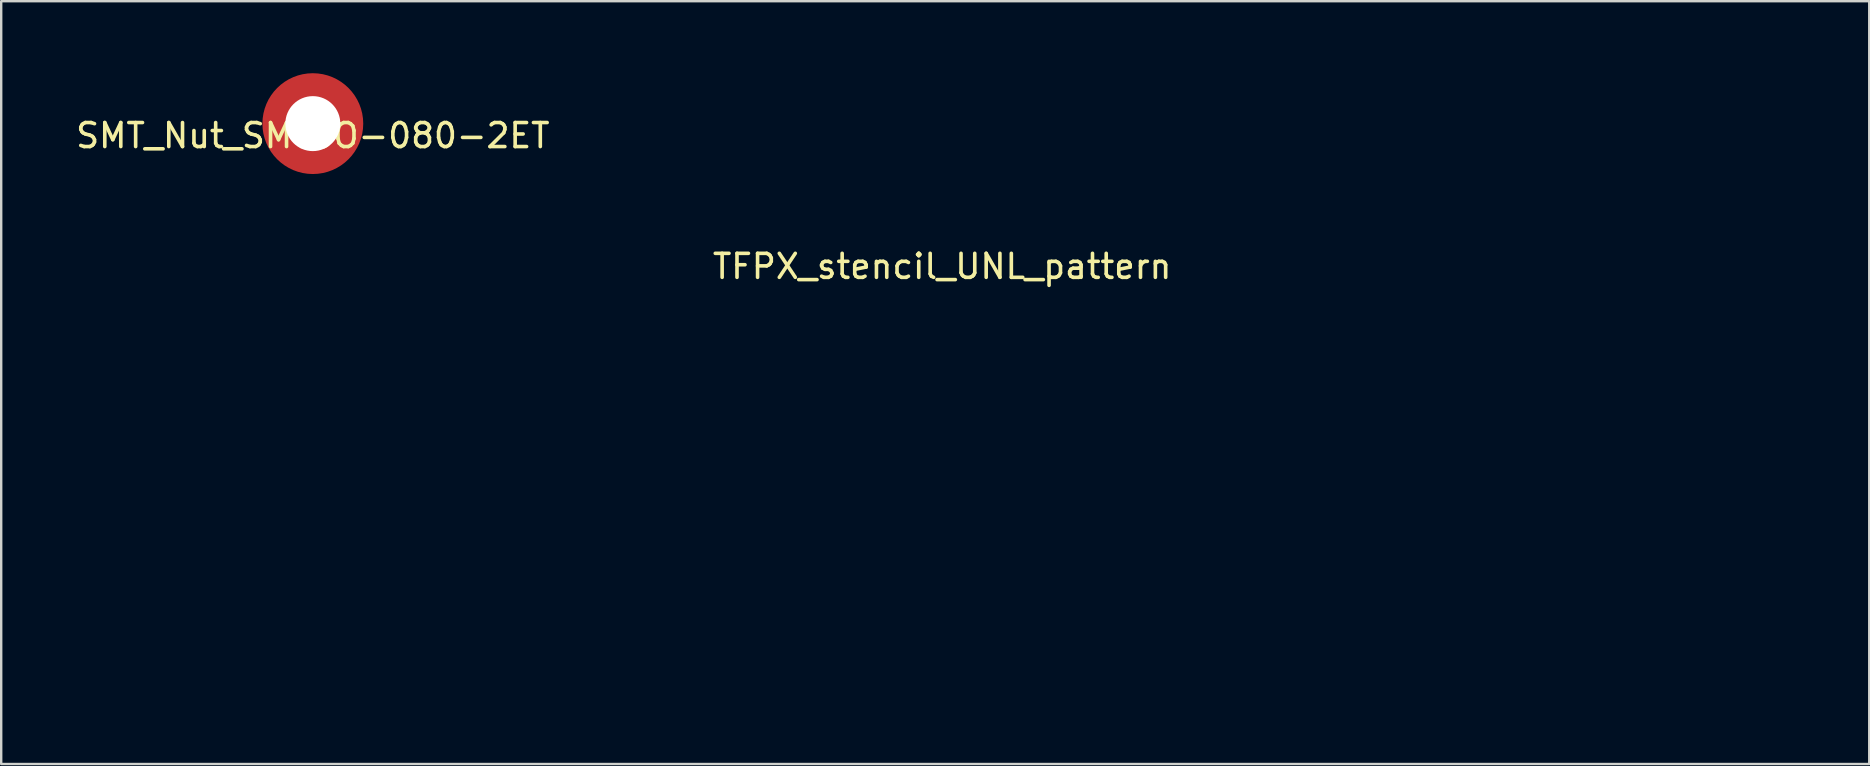
<source format=kicad_pcb>
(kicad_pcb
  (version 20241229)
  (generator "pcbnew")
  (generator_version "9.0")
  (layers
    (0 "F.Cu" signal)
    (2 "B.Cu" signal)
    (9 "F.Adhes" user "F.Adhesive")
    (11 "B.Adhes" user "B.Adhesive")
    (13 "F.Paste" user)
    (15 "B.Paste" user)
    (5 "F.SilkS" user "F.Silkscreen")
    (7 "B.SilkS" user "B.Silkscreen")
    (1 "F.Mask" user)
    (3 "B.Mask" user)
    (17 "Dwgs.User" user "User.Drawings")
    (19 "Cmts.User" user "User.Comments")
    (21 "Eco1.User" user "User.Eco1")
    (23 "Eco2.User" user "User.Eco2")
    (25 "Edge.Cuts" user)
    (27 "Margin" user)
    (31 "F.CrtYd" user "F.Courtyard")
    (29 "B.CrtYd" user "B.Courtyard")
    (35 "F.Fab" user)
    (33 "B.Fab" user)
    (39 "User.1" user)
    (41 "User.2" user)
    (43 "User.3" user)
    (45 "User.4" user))
  (footprint "SMT_Nut_SMTSO-080-2ET"
    (layer "F.Cu")
    (at 9.982 2.1)
    (property "Reference" "SMT_Nut_SMTSO-080-2ET" (at 0 0.5 0) (layer "F.SilkS") (effects (font (size 1 1) (thickness 0.15))))
    (attr through_hole)
    (pad "" np_thru_hole circle (at 0 0) (size 4.2 4.2) (drill 2.29) (layers "F.Cu" "F.Mask")))
  (footprint "TFPX_stencil_UNL_pattern"
    (layer "F.Cu")
    (at 14.45 9.708)
    (property "Reference" "TFPX_stencil_UNL_pattern" (at 21.75 -1.66 0) (layer "F.SilkS") (effects (font (size 1 1) (thickness 0.15))))
    (attr through_hole)
    (pad "" smd circle (at -11.29 7.91) (size 6.32 6.32) (layers "F.Paste"))
    (pad "" smd rect (at 0 0) (size 1 0.5) (layers "F.Paste"))
    (pad "" smd rect (at 0 1.5) (size 1 0.5) (layers "F.Paste"))
    (pad "" smd rect (at 0 3) (size 1 0.5) (layers "F.Paste"))
    (pad "" smd rect (at 0 4.5) (size 1 0.5) (layers "F.Paste"))
    (pad "" smd rect (at 0 6) (size 1 0.5) (layers "F.Paste"))
    (pad "" smd rect (at 0 7.5) (size 1 0.5) (layers "F.Paste"))
    (pad "" smd rect (at 0 9) (size 1 0.5) (layers "F.Paste"))
    (pad "" smd rect (at 0 10.5) (size 1 0.5) (layers "F.Paste"))
    (pad "" smd rect (at 0 12) (size 1 0.5) (layers "F.Paste"))
    (pad "" smd rect (at 0 13.5) (size 1 0.5) (layers "F.Paste"))
    (pad "" smd rect (at 2 0) (size 1 0.5) (layers "F.Paste"))
    (pad "" smd rect (at 2 1.5) (size 1 0.5) (layers "F.Paste"))
    (pad "" smd rect (at 2 3) (size 1 0.5) (layers "F.Paste"))
    (pad "" smd rect (at 2 4.5) (size 1 0.5) (layers "F.Paste"))
    (pad "" smd rect (at 2 6) (size 1 0.5) (layers "F.Paste"))
    (pad "" smd rect (at 2 7.5) (size 1 0.5) (layers "F.Paste"))
    (pad "" smd rect (at 2 9) (size 1 0.5) (layers "F.Paste"))
    (pad "" smd rect (at 2 10.5) (size 1 0.5) (layers "F.Paste"))
    (pad "" smd rect (at 2 12) (size 1 0.5) (layers "F.Paste"))
    (pad "" smd rect (at 2 13.5) (size 1 0.5) (layers "F.Paste"))
    (pad "" smd rect (at 4 0) (size 1 0.5) (layers "F.Paste"))
    (pad "" smd rect (at 4 1.5) (size 1 0.5) (layers "F.Paste"))
    (pad "" smd rect (at 4 3) (size 1 0.5) (layers "F.Paste"))
    (pad "" smd rect (at 4 4.5) (size 1 0.5) (layers "F.Paste"))
    (pad "" smd rect (at 4 6) (size 1 0.5) (layers "F.Paste"))
    (pad "" smd rect (at 4 7.5) (size 1 0.5) (layers "F.Paste"))
    (pad "" smd rect (at 4 9) (size 1 0.5) (layers "F.Paste"))
    (pad "" smd rect (at 4 10.5) (size 1 0.5) (layers "F.Paste"))
    (pad "" smd rect (at 4 12) (size 1 0.5) (layers "F.Paste"))
    (pad "" smd rect (at 4 13.5) (size 1 0.5) (layers "F.Paste"))
    (pad "" smd rect (at 6 0) (size 1 0.5) (layers "F.Paste"))
    (pad "" smd rect (at 6 1.5) (size 1 0.5) (layers "F.Paste"))
    (pad "" smd rect (at 6 3) (size 1 0.5) (layers "F.Paste"))
    (pad "" smd rect (at 6 4.5) (size 1 0.5) (layers "F.Paste"))
    (pad "" smd rect (at 6 6) (size 1 0.5) (layers "F.Paste"))
    (pad "" smd rect (at 6 7.5) (size 1 0.5) (layers "F.Paste"))
    (pad "" smd rect (at 6 9) (size 1 0.5) (layers "F.Paste"))
    (pad "" smd rect (at 6 10.5) (size 1 0.5) (layers "F.Paste"))
    (pad "" smd rect (at 6 12) (size 1 0.5) (layers "F.Paste"))
    (pad "" smd rect (at 6 13.5) (size 1 0.5) (layers "F.Paste"))
    (pad "" smd rect (at 8 0) (size 1 0.5) (layers "F.Paste"))
    (pad "" smd rect (at 8 1.5) (size 1 0.5) (layers "F.Paste"))
    (pad "" smd rect (at 8 3) (size 1 0.5) (layers "F.Paste"))
    (pad "" smd rect (at 8 4.5) (size 1 0.5) (layers "F.Paste"))
    (pad "" smd rect (at 8 6) (size 1 0.5) (layers "F.Paste"))
    (pad "" smd rect (at 8 7.5) (size 1 0.5) (layers "F.Paste"))
    (pad "" smd rect (at 8 9) (size 1 0.5) (layers "F.Paste"))
    (pad "" smd rect (at 8 10.5) (size 1 0.5) (layers "F.Paste"))
    (pad "" smd rect (at 8 12) (size 1 0.5) (layers "F.Paste"))
    (pad "" smd rect (at 8 13.5) (size 1 0.5) (layers "F.Paste"))
    (pad "" smd rect (at 10 0) (size 1 0.5) (layers "F.Paste"))
    (pad "" smd rect (at 10 1.5) (size 1 0.5) (layers "F.Paste"))
    (pad "" smd rect (at 10 3) (size 1 0.5) (layers "F.Paste"))
    (pad "" smd rect (at 10 4.5) (size 1 0.5) (layers "F.Paste"))
    (pad "" smd rect (at 10 6) (size 1 0.5) (layers "F.Paste"))
    (pad "" smd rect (at 10 7.5) (size 1 0.5) (layers "F.Paste"))
    (pad "" smd rect (at 10 9) (size 1 0.5) (layers "F.Paste"))
    (pad "" smd rect (at 10 10.5) (size 1 0.5) (layers "F.Paste"))
    (pad "" smd rect (at 10 12) (size 1 0.5) (layers "F.Paste"))
    (pad "" smd rect (at 10 13.5) (size 1 0.5) (layers "F.Paste"))
    (pad "" smd rect (at 12 0) (size 1 0.5) (layers "F.Paste"))
    (pad "" smd rect (at 12 1.5) (size 1 0.5) (layers "F.Paste"))
    (pad "" smd rect (at 12 3) (size 1 0.5) (layers "F.Paste"))
    (pad "" smd rect (at 12 4.5) (size 1 0.5) (layers "F.Paste"))
    (pad "" smd rect (at 12 6) (size 1 0.5) (layers "F.Paste"))
    (pad "" smd rect (at 12 7.5) (size 1 0.5) (layers "F.Paste"))
    (pad "" smd rect (at 12 9) (size 1 0.5) (layers "F.Paste"))
    (pad "" smd rect (at 12 10.5) (size 1 0.5) (layers "F.Paste"))
    (pad "" smd rect (at 12 12) (size 1 0.5) (layers "F.Paste"))
    (pad "" smd rect (at 12 13.5) (size 1 0.5) (layers "F.Paste"))
    (pad "" smd rect (at 14 0) (size 1 0.5) (layers "F.Paste"))
    (pad "" smd rect (at 14 1.5) (size 1 0.5) (layers "F.Paste"))
    (pad "" smd rect (at 14 3) (size 1 0.5) (layers "F.Paste"))
    (pad "" smd rect (at 14 4.5) (size 1 0.5) (layers "F.Paste"))
    (pad "" smd rect (at 14 6) (size 1 0.5) (layers "F.Paste"))
    (pad "" smd rect (at 14 7.5) (size 1 0.5) (layers "F.Paste"))
    (pad "" smd rect (at 14 9) (size 1 0.5) (layers "F.Paste"))
    (pad "" smd rect (at 14 10.5) (size 1 0.5) (layers "F.Paste"))
    (pad "" smd rect (at 14 12) (size 1 0.5) (layers "F.Paste"))
    (pad "" smd rect (at 14 13.5) (size 1 0.5) (layers "F.Paste"))
    (pad "" smd rect (at 16 0) (size 1 0.5) (layers "F.Paste"))
    (pad "" smd rect (at 16 1.5) (size 1 0.5) (layers "F.Paste"))
    (pad "" smd rect (at 16 3) (size 1 0.5) (layers "F.Paste"))
    (pad "" smd rect (at 16 4.5) (size 1 0.5) (layers "F.Paste"))
    (pad "" smd rect (at 16 6) (size 1 0.5) (layers "F.Paste"))
    (pad "" smd rect (at 16 7.5) (size 1 0.5) (layers "F.Paste"))
    (pad "" smd rect (at 16 9) (size 1 0.5) (layers "F.Paste"))
    (pad "" smd rect (at 16 10.5) (size 1 0.5) (layers "F.Paste"))
    (pad "" smd rect (at 16 12) (size 1 0.5) (layers "F.Paste"))
    (pad "" smd rect (at 16 13.5) (size 1 0.5) (layers "F.Paste"))
    (pad "" smd rect (at 18 0) (size 1 0.5) (layers "F.Paste"))
    (pad "" smd rect (at 18 1.5) (size 1 0.5) (layers "F.Paste"))
    (pad "" smd rect (at 18 3) (size 1 0.5) (layers "F.Paste"))
    (pad "" smd rect (at 18 4.5) (size 1 0.5) (layers "F.Paste"))
    (pad "" smd rect (at 18 6) (size 1 0.5) (layers "F.Paste"))
    (pad "" smd rect (at 18 7.5) (size 1 0.5) (layers "F.Paste"))
    (pad "" smd rect (at 18 9) (size 1 0.5) (layers "F.Paste"))
    (pad "" smd rect (at 18 10.5) (size 1 0.5) (layers "F.Paste"))
    (pad "" smd rect (at 18 12) (size 1 0.5) (layers "F.Paste"))
    (pad "" smd rect (at 18 13.5) (size 1 0.5) (layers "F.Paste"))
    (pad "" smd rect (at 20 0) (size 1 0.5) (layers "F.Paste"))
    (pad "" smd rect (at 20 1.5) (size 1 0.5) (layers "F.Paste"))
    (pad "" smd rect (at 20 3) (size 1 0.5) (layers "F.Paste"))
    (pad "" smd rect (at 20 4.5) (size 1 0.5) (layers "F.Paste"))
    (pad "" smd rect (at 20 6) (size 1 0.5) (layers "F.Paste"))
    (pad "" smd rect (at 20 7.5) (size 1 0.5) (layers "F.Paste"))
    (pad "" smd rect (at 20 9) (size 1 0.5) (layers "F.Paste"))
    (pad "" smd rect (at 20 10.5) (size 1 0.5) (layers "F.Paste"))
    (pad "" smd rect (at 20 12) (size 1 0.5) (layers "F.Paste"))
    (pad "" smd rect (at 20 13.5) (size 1 0.5) (layers "F.Paste"))
    (pad "" smd rect (at 20.8 15.82) (size 42.2 0.5) (layers "F.Paste"))
    (pad "" smd rect (at 22 0) (size 1 0.5) (layers "F.Paste"))
    (pad "" smd rect (at 22 1.5) (size 1 0.5) (layers "F.Paste"))
    (pad "" smd rect (at 22 3) (size 1 0.5) (layers "F.Paste"))
    (pad "" smd rect (at 22 4.5) (size 1 0.5) (layers "F.Paste"))
    (pad "" smd rect (at 22 6) (size 1 0.5) (layers "F.Paste"))
    (pad "" smd rect (at 22 7.5) (size 1 0.5) (layers "F.Paste"))
    (pad "" smd rect (at 22 9) (size 1 0.5) (layers "F.Paste"))
    (pad "" smd rect (at 22 10.5) (size 1 0.5) (layers "F.Paste"))
    (pad "" smd rect (at 22 12) (size 1 0.5) (layers "F.Paste"))
    (pad "" smd rect (at 22 13.5) (size 1 0.5) (layers "F.Paste"))
    (pad "" smd rect (at 24 0) (size 1 0.5) (layers "F.Paste"))
    (pad "" smd rect (at 24 1.5) (size 1 0.5) (layers "F.Paste"))
    (pad "" smd rect (at 24 3) (size 1 0.5) (layers "F.Paste"))
    (pad "" smd rect (at 24 4.5) (size 1 0.5) (layers "F.Paste"))
    (pad "" smd rect (at 24 6) (size 1 0.5) (layers "F.Paste"))
    (pad "" smd rect (at 24 7.5) (size 1 0.5) (layers "F.Paste"))
    (pad "" smd rect (at 24 9) (size 1 0.5) (layers "F.Paste"))
    (pad "" smd rect (at 24 10.5) (size 1 0.5) (layers "F.Paste"))
    (pad "" smd rect (at 24 12) (size 1 0.5) (layers "F.Paste"))
    (pad "" smd rect (at 24 13.5) (size 1 0.5) (layers "F.Paste"))
    (pad "" smd rect (at 26 0) (size 1 0.5) (layers "F.Paste"))
    (pad "" smd rect (at 26 1.5) (size 1 0.5) (layers "F.Paste"))
    (pad "" smd rect (at 26 3) (size 1 0.5) (layers "F.Paste"))
    (pad "" smd rect (at 26 4.5) (size 1 0.5) (layers "F.Paste"))
    (pad "" smd rect (at 26 6) (size 1 0.5) (layers "F.Paste"))
    (pad "" smd rect (at 26 7.5) (size 1 0.5) (layers "F.Paste"))
    (pad "" smd rect (at 26 9) (size 1 0.5) (layers "F.Paste"))
    (pad "" smd rect (at 26 10.5) (size 1 0.5) (layers "F.Paste"))
    (pad "" smd rect (at 26 12) (size 1 0.5) (layers "F.Paste"))
    (pad "" smd rect (at 26 13.5) (size 1 0.5) (layers "F.Paste"))
    (pad "" smd rect (at 28 0) (size 1 0.5) (layers "F.Paste"))
    (pad "" smd rect (at 28 1.5) (size 1 0.5) (layers "F.Paste"))
    (pad "" smd rect (at 28 3) (size 1 0.5) (layers "F.Paste"))
    (pad "" smd rect (at 28 4.5) (size 1 0.5) (layers "F.Paste"))
    (pad "" smd rect (at 28 6) (size 1 0.5) (layers "F.Paste"))
    (pad "" smd rect (at 28 7.5) (size 1 0.5) (layers "F.Paste"))
    (pad "" smd rect (at 28 9) (size 1 0.5) (layers "F.Paste"))
    (pad "" smd rect (at 28 10.5) (size 1 0.5) (layers "F.Paste"))
    (pad "" smd rect (at 28 12) (size 1 0.5) (layers "F.Paste"))
    (pad "" smd rect (at 28 13.5) (size 1 0.5) (layers "F.Paste"))
    (pad "" smd rect (at 30 0) (size 1 0.5) (layers "F.Paste"))
    (pad "" smd rect (at 30 1.5) (size 1 0.5) (layers "F.Paste"))
    (pad "" smd rect (at 30 3) (size 1 0.5) (layers "F.Paste"))
    (pad "" smd rect (at 30 4.5) (size 1 0.5) (layers "F.Paste"))
    (pad "" smd rect (at 30 6) (size 1 0.5) (layers "F.Paste"))
    (pad "" smd rect (at 30 7.5) (size 1 0.5) (layers "F.Paste"))
    (pad "" smd rect (at 30 9) (size 1 0.5) (layers "F.Paste"))
    (pad "" smd rect (at 30 10.5) (size 1 0.5) (layers "F.Paste"))
    (pad "" smd rect (at 30 12) (size 1 0.5) (layers "F.Paste"))
    (pad "" smd rect (at 30 13.5) (size 1 0.5) (layers "F.Paste"))
    (pad "" smd rect (at 32 0) (size 1 0.5) (layers "F.Paste"))
    (pad "" smd rect (at 32 1.5) (size 1 0.5) (layers "F.Paste"))
    (pad "" smd rect (at 32 3) (size 1 0.5) (layers "F.Paste"))
    (pad "" smd rect (at 32 4.5) (size 1 0.5) (layers "F.Paste"))
    (pad "" smd rect (at 32 6) (size 1 0.5) (layers "F.Paste"))
    (pad "" smd rect (at 32 7.5) (size 1 0.5) (layers "F.Paste"))
    (pad "" smd rect (at 32 9) (size 1 0.5) (layers "F.Paste"))
    (pad "" smd rect (at 32 10.5) (size 1 0.5) (layers "F.Paste"))
    (pad "" smd rect (at 32 12) (size 1 0.5) (layers "F.Paste"))
    (pad "" smd rect (at 32 13.5) (size 1 0.5) (layers "F.Paste"))
    (pad "" smd rect (at 34 0) (size 1 0.5) (layers "F.Paste"))
    (pad "" smd rect (at 34 1.5) (size 1 0.5) (layers "F.Paste"))
    (pad "" smd rect (at 34 3) (size 1 0.5) (layers "F.Paste"))
    (pad "" smd rect (at 34 4.5) (size 1 0.5) (layers "F.Paste"))
    (pad "" smd rect (at 34 6) (size 1 0.5) (layers "F.Paste"))
    (pad "" smd rect (at 34 7.5) (size 1 0.5) (layers "F.Paste"))
    (pad "" smd rect (at 34 9) (size 1 0.5) (layers "F.Paste"))
    (pad "" smd rect (at 34 10.5) (size 1 0.5) (layers "F.Paste"))
    (pad "" smd rect (at 34 12) (size 1 0.5) (layers "F.Paste"))
    (pad "" smd rect (at 34 13.5) (size 1 0.5) (layers "F.Paste"))
    (pad "" smd rect (at 36 0) (size 1 0.5) (layers "F.Paste"))
    (pad "" smd rect (at 36 1.5) (size 1 0.5) (layers "F.Paste"))
    (pad "" smd rect (at 36 3) (size 1 0.5) (layers "F.Paste"))
    (pad "" smd rect (at 36 4.5) (size 1 0.5) (layers "F.Paste"))
    (pad "" smd rect (at 36 6) (size 1 0.5) (layers "F.Paste"))
    (pad "" smd rect (at 36 7.5) (size 1 0.5) (layers "F.Paste"))
    (pad "" smd rect (at 36 9) (size 1 0.5) (layers "F.Paste"))
    (pad "" smd rect (at 36 10.5) (size 1 0.5) (layers "F.Paste"))
    (pad "" smd rect (at 36 12) (size 1 0.5) (layers "F.Paste"))
    (pad "" smd rect (at 36 13.5) (size 1 0.5) (layers "F.Paste"))
    (pad "" smd rect (at 38 0) (size 1 0.5) (layers "F.Paste"))
    (pad "" smd rect (at 38 1.5) (size 1 0.5) (layers "F.Paste"))
    (pad "" smd rect (at 38 3) (size 1 0.5) (layers "F.Paste"))
    (pad "" smd rect (at 38 4.5) (size 1 0.5) (layers "F.Paste"))
    (pad "" smd rect (at 38 6) (size 1 0.5) (layers "F.Paste"))
    (pad "" smd rect (at 38 7.5) (size 1 0.5) (layers "F.Paste"))
    (pad "" smd rect (at 38 9) (size 1 0.5) (layers "F.Paste"))
    (pad "" smd rect (at 38 10.5) (size 1 0.5) (layers "F.Paste"))
    (pad "" smd rect (at 38 12) (size 1 0.5) (layers "F.Paste"))
    (pad "" smd rect (at 38 13.5) (size 1 0.5) (layers "F.Paste"))
    (pad "" smd rect (at 40 0) (size 1 0.5) (layers "F.Paste"))
    (pad "" smd rect (at 40 1.5) (size 1 0.5) (layers "F.Paste"))
    (pad "" smd rect (at 40 3) (size 1 0.5) (layers "F.Paste"))
    (pad "" smd rect (at 40 4.5) (size 1 0.5) (layers "F.Paste"))
    (pad "" smd rect (at 40 6) (size 1 0.5) (layers "F.Paste"))
    (pad "" smd rect (at 40 7.5) (size 1 0.5) (layers "F.Paste"))
    (pad "" smd rect (at 40 9) (size 1 0.5) (layers "F.Paste"))
    (pad "" smd rect (at 40 10.5) (size 1 0.5) (layers "F.Paste"))
    (pad "" smd rect (at 40 12) (size 1 0.5) (layers "F.Paste"))
    (pad "" smd rect (at 40 13.5) (size 1 0.5) (layers "F.Paste"))
    (pad "" smd rect (at 42 0) (size 1 0.5) (layers "F.Paste"))
    (pad "" smd rect (at 42 1.5) (size 1 0.5) (layers "F.Paste"))
    (pad "" smd rect (at 42 3) (size 1 0.5) (layers "F.Paste"))
    (pad "" smd rect (at 42 4.5) (size 1 0.5) (layers "F.Paste"))
    (pad "" smd rect (at 42 6) (size 1 0.5) (layers "F.Paste"))
    (pad "" smd rect (at 42 7.5) (size 1 0.5) (layers "F.Paste"))
    (pad "" smd rect (at 42 9) (size 1 0.5) (layers "F.Paste"))
    (pad "" smd rect (at 42 10.5) (size 1 0.5) (layers "F.Paste"))
    (pad "" smd rect (at 42 12) (size 1 0.5) (layers "F.Paste"))
    (pad "" smd rect (at 42 13.5) (size 1 0.5) (layers "F.Paste"))
    (pad "" smd roundrect (at 53.71 7.91) (size 7.32 6.32) (layers "F.Paste") (roundrect_rratio 0.4)))
  (gr_rect
    (start -3 -3)
    (end 74.82 28.778)
    (stroke (width 0.1) (type default))
    (fill no)
    (layer "Edge.Cuts")))
</source>
